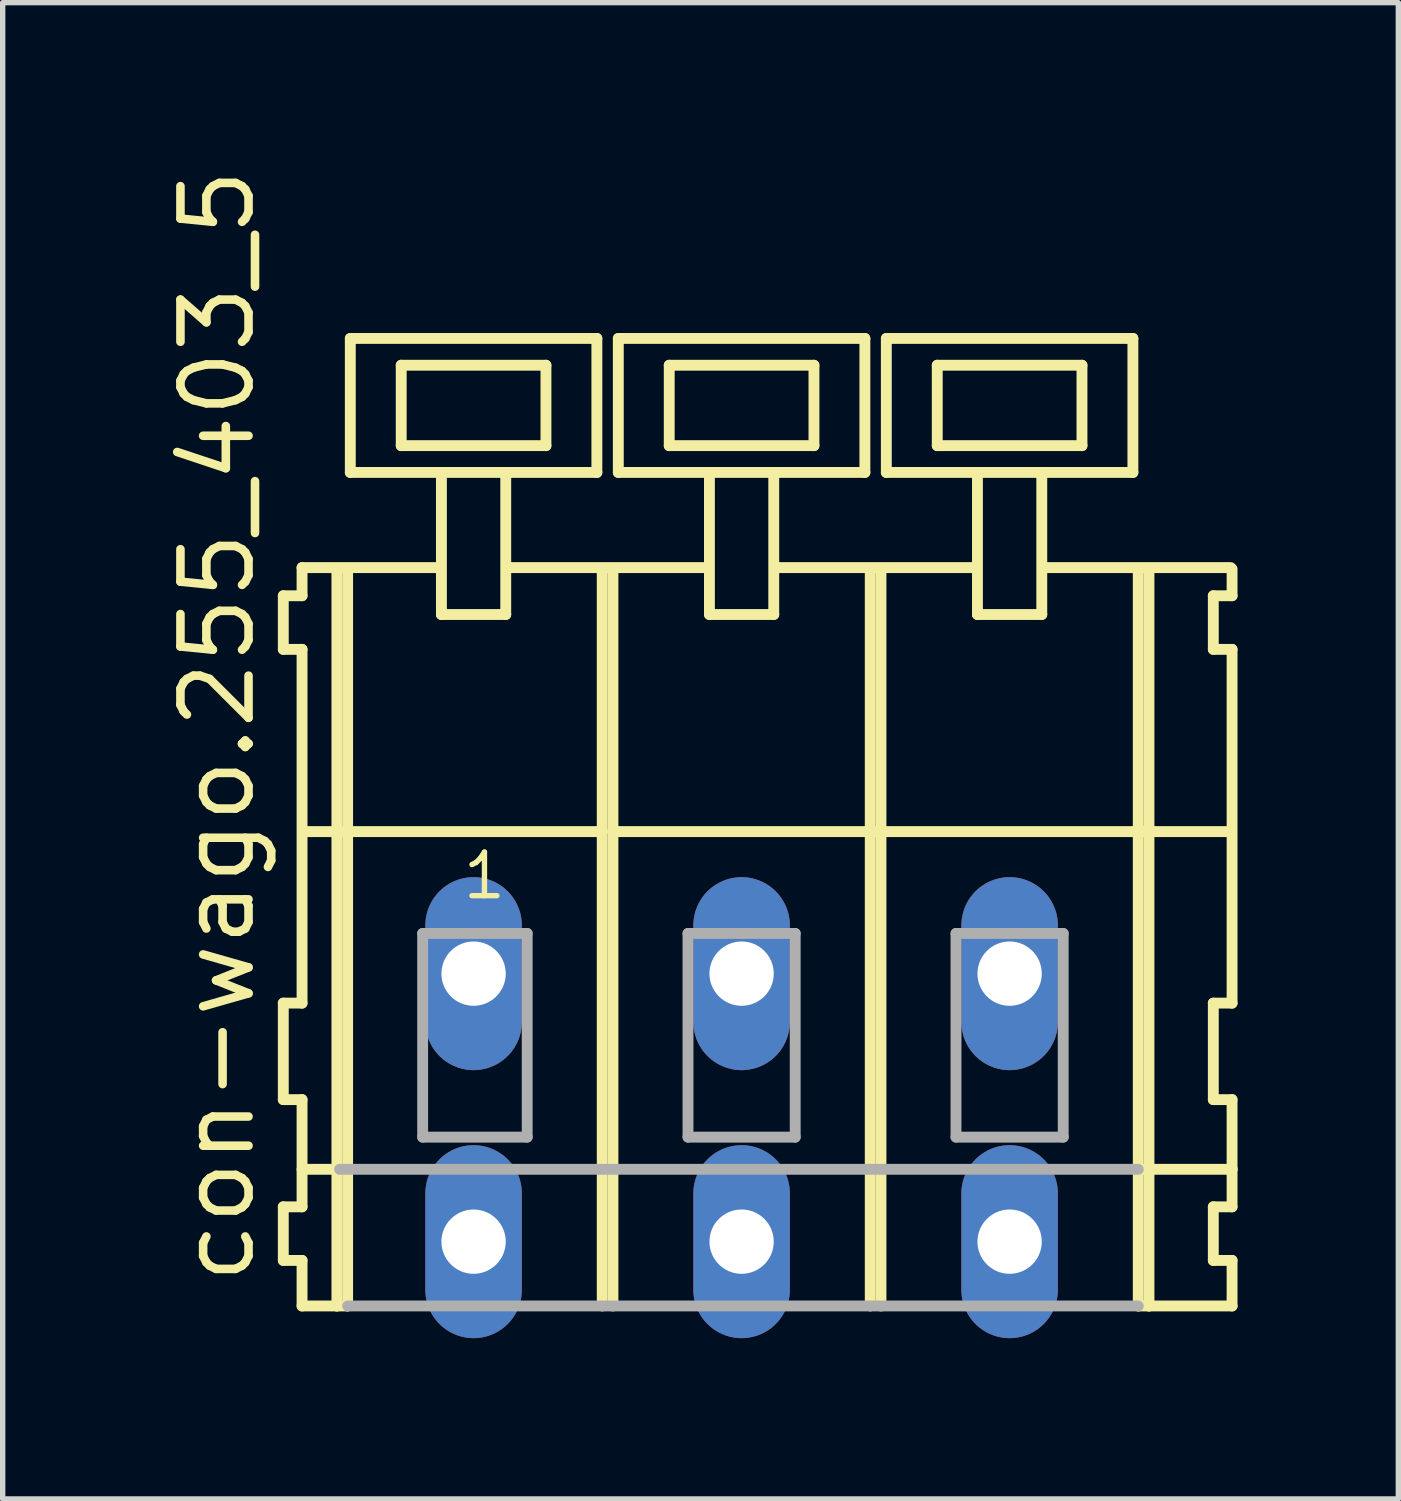
<source format=kicad_pcb>
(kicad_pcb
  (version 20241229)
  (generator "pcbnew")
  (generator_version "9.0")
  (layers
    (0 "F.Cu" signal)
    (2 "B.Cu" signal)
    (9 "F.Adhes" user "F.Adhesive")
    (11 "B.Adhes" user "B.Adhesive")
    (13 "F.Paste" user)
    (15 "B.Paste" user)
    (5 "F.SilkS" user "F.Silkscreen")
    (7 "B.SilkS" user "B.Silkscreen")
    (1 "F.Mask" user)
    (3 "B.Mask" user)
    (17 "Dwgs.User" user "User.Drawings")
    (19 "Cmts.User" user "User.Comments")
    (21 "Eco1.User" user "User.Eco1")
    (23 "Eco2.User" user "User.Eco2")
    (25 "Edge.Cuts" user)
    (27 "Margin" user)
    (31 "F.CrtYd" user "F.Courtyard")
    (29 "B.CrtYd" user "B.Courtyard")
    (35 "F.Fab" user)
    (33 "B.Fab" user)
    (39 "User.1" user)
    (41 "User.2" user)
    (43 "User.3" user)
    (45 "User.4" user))
  (footprint "con-wago.255_403_5"
    (layer "F.Cu")
    (at 8.285 15.114)
    (property "Reference" "con-wago.255_403_5" (at -6.535 5.855 90) (layer "F.SilkS") (effects (font (size 1.27 1.27) (thickness 0.16)) (justify left bottom)))
    (attr through_hole)
    (fp_line (start -6.05 -7.05) (end -6.05 -6.05) (stroke (width 0.203) (type default)) (layer "F.SilkS"))
    (fp_line (start -6.05 -6.05) (end -5.7 -6.05) (stroke (width 0.203) (type default)) (layer "F.SilkS"))
    (fp_line (start -6.05 0.55) (end -6.05 2.35) (stroke (width 0.203) (type default)) (layer "F.SilkS"))
    (fp_line (start -6.05 2.35) (end -5.7 2.35) (stroke (width 0.203) (type default)) (layer "F.SilkS"))
    (fp_line (start -6.05 4.35) (end -6.05 5.35) (stroke (width 0.203) (type default)) (layer "F.SilkS"))
    (fp_line (start -6.05 5.35) (end -5.7 5.35) (stroke (width 0.203) (type default)) (layer "F.SilkS"))
    (fp_line (start -5.7 -7.575) (end -5.7 -7.05) (stroke (width 0.203) (type default)) (layer "F.SilkS"))
    (fp_line (start -5.7 -7.575) (end -3.125 -7.575) (stroke (width 0.203) (type default)) (layer "F.SilkS"))
    (fp_line (start -5.7 -7.05) (end -6.05 -7.05) (stroke (width 0.203) (type default)) (layer "F.SilkS"))
    (fp_line (start -5.7 -6.05) (end -5.7 0.55) (stroke (width 0.203) (type default)) (layer "F.SilkS"))
    (fp_line (start -5.7 0.55) (end -6.05 0.55) (stroke (width 0.203) (type default)) (layer "F.SilkS"))
    (fp_line (start -5.7 2.35) (end -5.7 4.35) (stroke (width 0.203) (type default)) (layer "F.SilkS"))
    (fp_line (start -5.7 3.65) (end -5 3.65) (stroke (width 0.203) (type default)) (layer "F.SilkS"))
    (fp_line (start -5.7 4.35) (end -6.05 4.35) (stroke (width 0.203) (type default)) (layer "F.SilkS"))
    (fp_line (start -5.7 5.35) (end -5.7 6.2) (stroke (width 0.203) (type default)) (layer "F.SilkS"))
    (fp_line (start -5.7 6.2) (end -5.05 6.2) (stroke (width 0.203) (type default)) (layer "F.SilkS"))
    (fp_line (start -5.65 -2.65) (end -0.1 -2.65) (stroke (width 0.203) (type default)) (layer "F.SilkS"))
    (fp_line (start -5.05 -7.55) (end -5.05 6.2) (stroke (width 0.203) (type default)) (layer "F.SilkS"))
    (fp_line (start -5.05 6.2) (end -4.85 6.2) (stroke (width 0.203) (type default)) (layer "F.SilkS"))
    (fp_line (start -4.85 -7.55) (end -4.85 6.2) (stroke (width 0.203) (type default)) (layer "F.SilkS"))
    (fp_line (start -4.8 -11.85) (end -4.8 -9.35) (stroke (width 0.203) (type default)) (layer "F.SilkS"))
    (fp_line (start -4.8 -9.35) (end -3.1 -9.35) (stroke (width 0.203) (type default)) (layer "F.SilkS"))
    (fp_line (start -3.85 -11.35) (end -3.85 -9.85) (stroke (width 0.203) (type default)) (layer "F.SilkS"))
    (fp_line (start -3.85 -9.85) (end -1.15 -9.85) (stroke (width 0.203) (type default)) (layer "F.SilkS"))
    (fp_line (start -3.1 -9.35) (end -3.1 -6.7) (stroke (width 0.203) (type default)) (layer "F.SilkS"))
    (fp_line (start -3.1 -9.35) (end -1.9 -9.35) (stroke (width 0.203) (type default)) (layer "F.SilkS"))
    (fp_line (start -3.1 -6.7) (end -1.9 -6.7) (stroke (width 0.203) (type default)) (layer "F.SilkS"))
    (fp_line (start -1.9 -9.35) (end -0.2 -9.35) (stroke (width 0.203) (type default)) (layer "F.SilkS"))
    (fp_line (start -1.9 -6.7) (end -1.9 -9.35) (stroke (width 0.203) (type default)) (layer "F.SilkS"))
    (fp_line (start -1.825 -7.575) (end 1.875 -7.575) (stroke (width 0.203) (type default)) (layer "F.SilkS"))
    (fp_line (start -1.15 -11.35) (end -3.85 -11.35) (stroke (width 0.203) (type default)) (layer "F.SilkS"))
    (fp_line (start -1.15 -9.85) (end -1.15 -11.35) (stroke (width 0.203) (type default)) (layer "F.SilkS"))
    (fp_line (start -0.2 -11.85) (end -4.8 -11.85) (stroke (width 0.203) (type default)) (layer "F.SilkS"))
    (fp_line (start -0.2 -9.35) (end -0.2 -11.85) (stroke (width 0.203) (type default)) (layer "F.SilkS"))
    (fp_line (start -0.1 -7.55) (end -0.1 -2.65) (stroke (width 0.203) (type default)) (layer "F.SilkS"))
    (fp_line (start -0.1 -2.65) (end -0.1 6.2) (stroke (width 0.203) (type default)) (layer "F.SilkS"))
    (fp_line (start 0.1 -7.55) (end 0.1 -2.65) (stroke (width 0.203) (type default)) (layer "F.SilkS"))
    (fp_line (start 0.1 -2.65) (end 0.1 6.2) (stroke (width 0.203) (type default)) (layer "F.SilkS"))
    (fp_line (start 0.1 -2.65) (end 4.9 -2.65) (stroke (width 0.203) (type default)) (layer "F.SilkS"))
    (fp_line (start 0.2 -11.85) (end 0.2 -9.35) (stroke (width 0.203) (type default)) (layer "F.SilkS"))
    (fp_line (start 0.2 -9.35) (end 1.9 -9.35) (stroke (width 0.203) (type default)) (layer "F.SilkS"))
    (fp_line (start 1.15 -11.35) (end 1.15 -9.85) (stroke (width 0.203) (type default)) (layer "F.SilkS"))
    (fp_line (start 1.15 -9.85) (end 3.85 -9.85) (stroke (width 0.203) (type default)) (layer "F.SilkS"))
    (fp_line (start 1.9 -9.35) (end 1.9 -6.7) (stroke (width 0.203) (type default)) (layer "F.SilkS"))
    (fp_line (start 1.9 -9.35) (end 3.1 -9.35) (stroke (width 0.203) (type default)) (layer "F.SilkS"))
    (fp_line (start 1.9 -6.7) (end 3.1 -6.7) (stroke (width 0.203) (type default)) (layer "F.SilkS"))
    (fp_line (start 3.1 -9.35) (end 4.8 -9.35) (stroke (width 0.203) (type default)) (layer "F.SilkS"))
    (fp_line (start 3.1 -6.7) (end 3.1 -9.35) (stroke (width 0.203) (type default)) (layer "F.SilkS"))
    (fp_line (start 3.125 -7.575) (end 6.875 -7.575) (stroke (width 0.203) (type default)) (layer "F.SilkS"))
    (fp_line (start 3.85 -11.35) (end 1.15 -11.35) (stroke (width 0.203) (type default)) (layer "F.SilkS"))
    (fp_line (start 3.85 -9.85) (end 3.85 -11.35) (stroke (width 0.203) (type default)) (layer "F.SilkS"))
    (fp_line (start 4.8 -11.85) (end 0.2 -11.85) (stroke (width 0.203) (type default)) (layer "F.SilkS"))
    (fp_line (start 4.8 -9.35) (end 4.8 -11.85) (stroke (width 0.203) (type default)) (layer "F.SilkS"))
    (fp_line (start 4.9 -7.55) (end 4.9 -2.65) (stroke (width 0.203) (type default)) (layer "F.SilkS"))
    (fp_line (start 4.9 -2.65) (end 4.9 6.2) (stroke (width 0.203) (type default)) (layer "F.SilkS"))
    (fp_line (start 4.9 -2.65) (end 5.1 -2.65) (stroke (width 0.203) (type default)) (layer "F.SilkS"))
    (fp_line (start 5.1 -7.55) (end 5.1 -2.65) (stroke (width 0.203) (type default)) (layer "F.SilkS"))
    (fp_line (start 5.1 -2.65) (end 5.1 6.2) (stroke (width 0.203) (type default)) (layer "F.SilkS"))
    (fp_line (start 5.1 -2.65) (end 9.9 -2.65) (stroke (width 0.203) (type default)) (layer "F.SilkS"))
    (fp_line (start 5.2 -11.85) (end 5.2 -9.35) (stroke (width 0.203) (type default)) (layer "F.SilkS"))
    (fp_line (start 5.2 -9.35) (end 6.9 -9.35) (stroke (width 0.203) (type default)) (layer "F.SilkS"))
    (fp_line (start 6.15 -11.35) (end 6.15 -9.85) (stroke (width 0.203) (type default)) (layer "F.SilkS"))
    (fp_line (start 6.15 -9.85) (end 8.85 -9.85) (stroke (width 0.203) (type default)) (layer "F.SilkS"))
    (fp_line (start 6.9 -9.35) (end 6.9 -6.7) (stroke (width 0.203) (type default)) (layer "F.SilkS"))
    (fp_line (start 6.9 -9.35) (end 8.1 -9.35) (stroke (width 0.203) (type default)) (layer "F.SilkS"))
    (fp_line (start 6.9 -6.7) (end 8.1 -6.7) (stroke (width 0.203) (type default)) (layer "F.SilkS"))
    (fp_line (start 8.1 -9.35) (end 9.8 -9.35) (stroke (width 0.203) (type default)) (layer "F.SilkS"))
    (fp_line (start 8.1 -6.7) (end 8.1 -9.35) (stroke (width 0.203) (type default)) (layer "F.SilkS"))
    (fp_line (start 8.125 -7.575) (end 11.625 -7.575) (stroke (width 0.203) (type default)) (layer "F.SilkS"))
    (fp_line (start 8.85 -11.35) (end 6.15 -11.35) (stroke (width 0.203) (type default)) (layer "F.SilkS"))
    (fp_line (start 8.85 -9.85) (end 8.85 -11.35) (stroke (width 0.203) (type default)) (layer "F.SilkS"))
    (fp_line (start 9.8 -11.85) (end 5.2 -11.85) (stroke (width 0.203) (type default)) (layer "F.SilkS"))
    (fp_line (start 9.8 -9.35) (end 9.8 -11.85) (stroke (width 0.203) (type default)) (layer "F.SilkS"))
    (fp_line (start 9.9 -7.55) (end 9.9 -2.65) (stroke (width 0.203) (type default)) (layer "F.SilkS"))
    (fp_line (start 9.9 -2.65) (end 9.9 6.2) (stroke (width 0.203) (type default)) (layer "F.SilkS"))
    (fp_line (start 9.9 -2.65) (end 10.1 -2.65) (stroke (width 0.203) (type default)) (layer "F.SilkS"))
    (fp_line (start 9.9 6.2) (end 10.1 6.2) (stroke (width 0.203) (type default)) (layer "F.SilkS"))
    (fp_line (start 9.95 3.65) (end 11.65 3.65) (stroke (width 0.203) (type default)) (layer "F.SilkS"))
    (fp_line (start 10.1 -7.55) (end 10.1 -2.65) (stroke (width 0.203) (type default)) (layer "F.SilkS"))
    (fp_line (start 10.1 -2.65) (end 10.1 6.2) (stroke (width 0.203) (type default)) (layer "F.SilkS"))
    (fp_line (start 10.1 -2.65) (end 11.6 -2.65) (stroke (width 0.203) (type default)) (layer "F.SilkS"))
    (fp_line (start 10.1 6.2) (end 11.65 6.2) (stroke (width 0.203) (type default)) (layer "F.SilkS"))
    (fp_line (start 11.3 -7.05) (end 11.3 -6.05) (stroke (width 0.203) (type default)) (layer "F.SilkS"))
    (fp_line (start 11.3 -6.05) (end 11.65 -6.05) (stroke (width 0.203) (type default)) (layer "F.SilkS"))
    (fp_line (start 11.3 0.55) (end 11.3 2.35) (stroke (width 0.203) (type default)) (layer "F.SilkS"))
    (fp_line (start 11.3 2.35) (end 11.65 2.35) (stroke (width 0.203) (type default)) (layer "F.SilkS"))
    (fp_line (start 11.3 4.35) (end 11.3 5.35) (stroke (width 0.203) (type default)) (layer "F.SilkS"))
    (fp_line (start 11.3 5.35) (end 11.65 5.35) (stroke (width 0.203) (type default)) (layer "F.SilkS"))
    (fp_line (start 11.65 -7.05) (end 11.3 -7.05) (stroke (width 0.203) (type default)) (layer "F.SilkS"))
    (fp_line (start 11.65 -7.05) (end 11.65 -7.55) (stroke (width 0.203) (type default)) (layer "F.SilkS"))
    (fp_line (start 11.65 0.55) (end 11.3 0.55) (stroke (width 0.203) (type default)) (layer "F.SilkS"))
    (fp_line (start 11.65 0.55) (end 11.65 -6.05) (stroke (width 0.203) (type default)) (layer "F.SilkS"))
    (fp_line (start 11.65 3.65) (end 11.65 2.35) (stroke (width 0.203) (type default)) (layer "F.SilkS"))
    (fp_line (start 11.65 4.35) (end 11.3 4.35) (stroke (width 0.203) (type default)) (layer "F.SilkS"))
    (fp_line (start 11.65 4.35) (end 11.65 3.65) (stroke (width 0.203) (type default)) (layer "F.SilkS"))
    (fp_line (start 11.65 6.2) (end 11.65 5.35) (stroke (width 0.203) (type default)) (layer "F.SilkS"))
    (fp_line (start -5 3.65) (end 9.9 3.65) (stroke (width 0.203) (type default)) (layer "F.Fab"))
    (fp_line (start -4.85 6.2) (end 9.9 6.2) (stroke (width 0.203) (type default)) (layer "F.Fab"))
    (fp_line (start -3.45 -0.75) (end -3.45 3.05) (stroke (width 0.203) (type default)) (layer "F.Fab"))
    (fp_line (start -3.45 3.05) (end -1.5 3.05) (stroke (width 0.203) (type default)) (layer "F.Fab"))
    (fp_line (start -1.5 -0.75) (end -3.45 -0.75) (stroke (width 0.203) (type default)) (layer "F.Fab"))
    (fp_line (start -1.5 3.05) (end -1.5 -0.75) (stroke (width 0.203) (type default)) (layer "F.Fab"))
    (fp_line (start 1.5 -0.75) (end 1.5 3.05) (stroke (width 0.203) (type default)) (layer "F.Fab"))
    (fp_line (start 1.5 3.05) (end 3.5 3.05) (stroke (width 0.203) (type default)) (layer "F.Fab"))
    (fp_line (start 3.5 -0.75) (end 1.5 -0.75) (stroke (width 0.203) (type default)) (layer "F.Fab"))
    (fp_line (start 3.5 3.05) (end 3.5 -0.75) (stroke (width 0.203) (type default)) (layer "F.Fab"))
    (fp_line (start 6.5 -0.75) (end 6.5 3.05) (stroke (width 0.203) (type default)) (layer "F.Fab"))
    (fp_line (start 6.5 3.05) (end 8.5 3.05) (stroke (width 0.203) (type default)) (layer "F.Fab"))
    (fp_line (start 8.5 -0.75) (end 6.5 -0.75) (stroke (width 0.203) (type default)) (layer "F.Fab"))
    (fp_line (start 8.5 3.05) (end 8.5 -0.75) (stroke (width 0.203) (type default)) (layer "F.Fab"))
    (fp_text user "1" (at -2.75 -1.35 0) (layer "F.SilkS") (effects (font (size 0.813 0.813) (thickness 0.1)) (justify left bottom)))
    (pad "A1" thru_hole oval (at -2.5 0 90) (size 3.6 1.8) (drill 1.2) (layers "*.Cu" "*.Mask"))
    (pad "A2" thru_hole oval (at 2.5 0 90) (size 3.6 1.8) (drill 1.2) (layers "*.Cu" "*.Mask"))
    (pad "A3" thru_hole oval (at 7.5 0 90) (size 3.6 1.8) (drill 1.2) (layers "*.Cu" "*.Mask"))
    (pad "B1" thru_hole oval (at -2.5 5 90) (size 3.6 1.8) (drill 1.2) (layers "*.Cu" "*.Mask"))
    (pad "B2" thru_hole oval (at 2.5 5 90) (size 3.6 1.8) (drill 1.2) (layers "*.Cu" "*.Mask"))
    (pad "B3" thru_hole oval (at 7.5 5 90) (size 3.6 1.8) (drill 1.2) (layers "*.Cu" "*.Mask")))
  (gr_rect
    (start -3 -3)
    (end 23.037 24.914)
    (stroke (width 0.1) (type default))
    (fill no)
    (layer "Edge.Cuts")))
</source>
